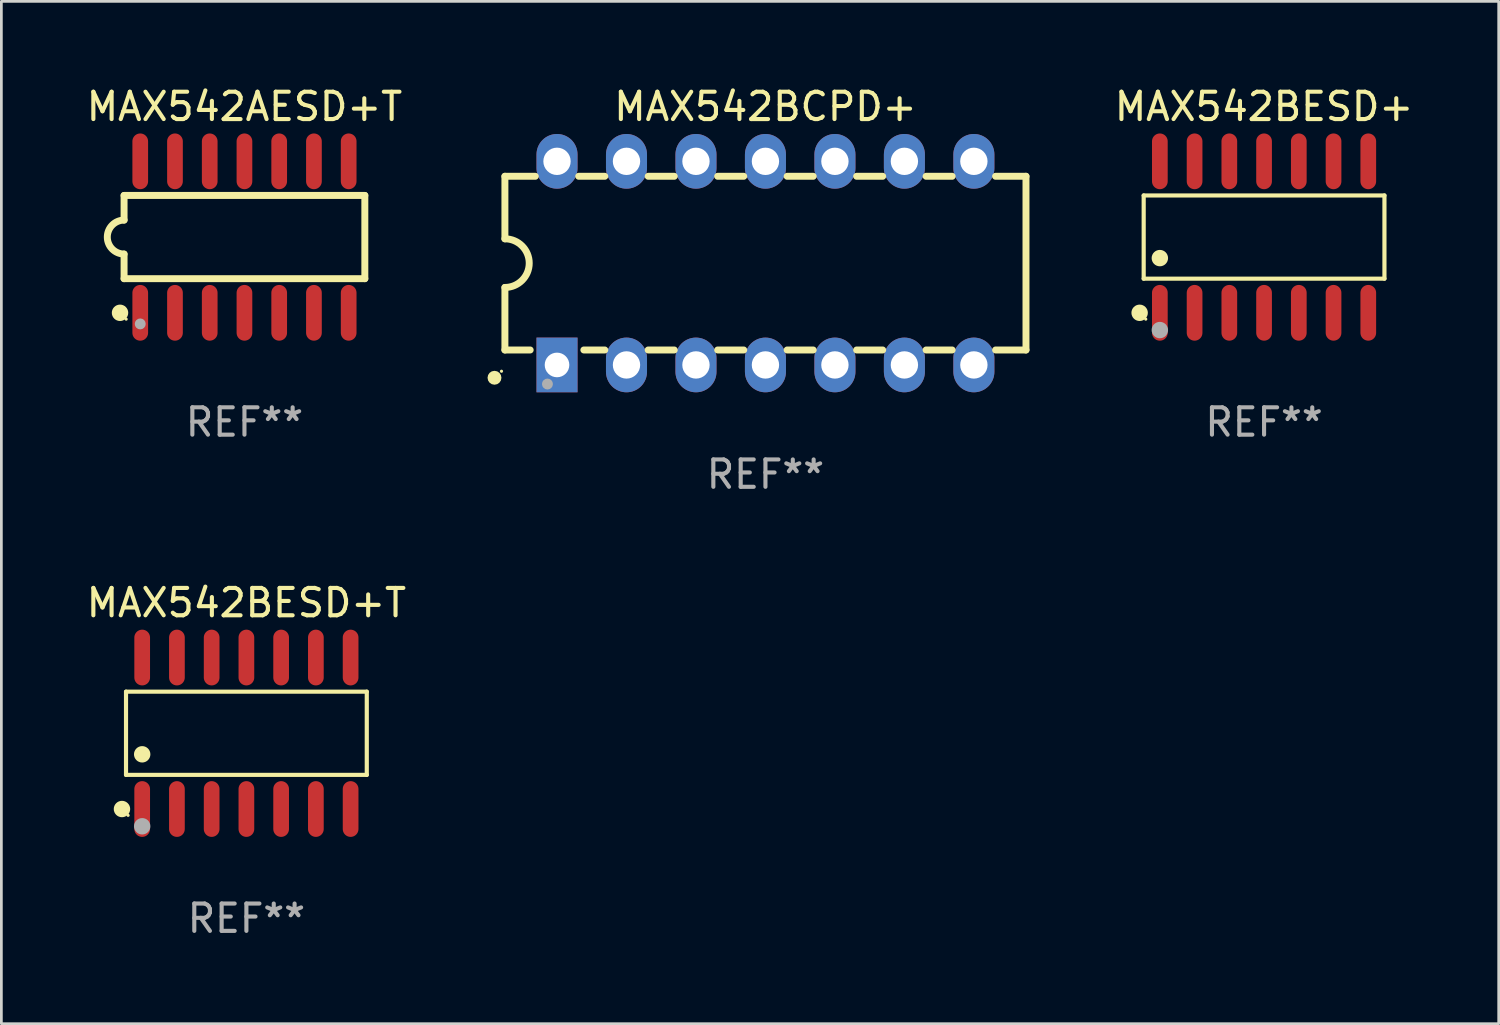
<source format=kicad_pcb>
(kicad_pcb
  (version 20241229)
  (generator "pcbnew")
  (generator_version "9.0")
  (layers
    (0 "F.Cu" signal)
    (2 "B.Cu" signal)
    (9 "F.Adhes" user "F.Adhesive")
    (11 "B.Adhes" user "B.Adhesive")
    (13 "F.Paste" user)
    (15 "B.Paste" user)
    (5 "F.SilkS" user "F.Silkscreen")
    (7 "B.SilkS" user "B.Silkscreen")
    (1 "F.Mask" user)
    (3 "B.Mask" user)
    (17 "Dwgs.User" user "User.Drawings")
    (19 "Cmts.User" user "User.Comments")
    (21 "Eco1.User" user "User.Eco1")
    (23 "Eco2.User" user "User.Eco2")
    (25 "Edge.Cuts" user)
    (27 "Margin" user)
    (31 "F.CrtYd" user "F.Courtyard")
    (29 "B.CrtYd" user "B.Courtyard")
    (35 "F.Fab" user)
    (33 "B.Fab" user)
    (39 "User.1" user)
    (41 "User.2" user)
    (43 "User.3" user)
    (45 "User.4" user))
  (footprint "MAX542BCPD+"
    (layer "F.Cu")
    (at 24.934 6.57)
    (property "Reference" "MAX542BCPD+" (at 0 -5.722 0) (layer "F.SilkS") (effects (font (size 1 1) (thickness 0.15))))
    (attr through_hole)
    (fp_line (start -9.525 -3.175) (end -9.525 -0.889) (stroke (width 0.254) (type solid)) (layer "F.SilkS"))
    (fp_line (start -9.525 -3.175) (end -8.414 -3.175) (stroke (width 0.254) (type solid)) (layer "F.SilkS"))
    (fp_line (start -9.525 3.175) (end -9.525 0.889) (stroke (width 0.254) (type solid)) (layer "F.SilkS"))
    (fp_line (start -8.601 3.175) (end -9.525 3.175) (stroke (width 0.254) (type solid)) (layer "F.SilkS"))
    (fp_line (start -6.826 -3.175) (end -5.874 -3.175) (stroke (width 0.254) (type solid)) (layer "F.SilkS"))
    (fp_line (start -5.874 3.175) (end -6.639 3.175) (stroke (width 0.254) (type solid)) (layer "F.SilkS"))
    (fp_line (start -4.286 -3.175) (end -3.334 -3.175) (stroke (width 0.254) (type solid)) (layer "F.SilkS"))
    (fp_line (start -3.334 3.175) (end -4.286 3.175) (stroke (width 0.254) (type solid)) (layer "F.SilkS"))
    (fp_line (start -1.746 -3.175) (end -0.794 -3.175) (stroke (width 0.254) (type solid)) (layer "F.SilkS"))
    (fp_line (start -0.794 3.175) (end -1.746 3.175) (stroke (width 0.254) (type solid)) (layer "F.SilkS"))
    (fp_line (start 0.794 -3.175) (end 1.746 -3.175) (stroke (width 0.254) (type solid)) (layer "F.SilkS"))
    (fp_line (start 1.746 3.175) (end 0.794 3.175) (stroke (width 0.254) (type solid)) (layer "F.SilkS"))
    (fp_line (start 3.334 -3.175) (end 4.286 -3.175) (stroke (width 0.254) (type solid)) (layer "F.SilkS"))
    (fp_line (start 4.286 3.175) (end 3.334 3.175) (stroke (width 0.254) (type solid)) (layer "F.SilkS"))
    (fp_line (start 5.874 -3.175) (end 6.826 -3.175) (stroke (width 0.254) (type solid)) (layer "F.SilkS"))
    (fp_line (start 6.826 3.175) (end 5.874 3.175) (stroke (width 0.254) (type solid)) (layer "F.SilkS"))
    (fp_line (start 8.414 -3.175) (end 9.525 -3.175) (stroke (width 0.254) (type solid)) (layer "F.SilkS"))
    (fp_line (start 9.525 -3.175) (end 9.525 3.175) (stroke (width 0.254) (type solid)) (layer "F.SilkS"))
    (fp_line (start 9.525 3.175) (end 8.414 3.175) (stroke (width 0.254) (type solid)) (layer "F.SilkS"))
    (fp_arc (start -9.525019 -0.889002) (mid -8.636017 0) (end -9.525019 0.889002) (stroke (width 0.254001) (type solid)) (layer "F.SilkS"))
    (fp_circle (center -9.906 4.191) (end -9.779 4.191) (stroke (width 0.254) (type solid)) (fill no) (layer "F.SilkS"))
    (fp_circle (center -9.65 3.952) (end -9.62 3.952) (stroke (width 0.06) (type solid)) (fill no) (layer "F.SilkS"))
    (fp_circle (center -7.97 4.42) (end -7.87 4.42) (stroke (width 0.2) (type solid)) (fill no) (layer "F.Fab"))
    (fp_text user "REF**" (at 0 7.722 0) (layer "F.Fab") (effects (font (size 1 1) (thickness 0.15))))
    (pad "1" thru_hole rect (at -7.62 3.722 90) (size 2 1.5) (drill 0.9) (layers "*.Cu" "*.Mask"))
    (pad "2" thru_hole oval (at -5.08 3.722 90) (size 2 1.5) (drill 1) (layers "*.Cu" "*.Mask"))
    (pad "3" thru_hole oval (at -2.54 3.722 90) (size 2 1.5) (drill 1) (layers "*.Cu" "*.Mask"))
    (pad "4" thru_hole oval (at 0 3.722 90) (size 2 1.5) (drill 1) (layers "*.Cu" "*.Mask"))
    (pad "5" thru_hole oval (at 2.54 3.722 90) (size 2 1.5) (drill 1) (layers "*.Cu" "*.Mask"))
    (pad "6" thru_hole oval (at 5.08 3.722 90) (size 2 1.5) (drill 1) (layers "*.Cu" "*.Mask"))
    (pad "7" thru_hole oval (at 7.62 3.722 90) (size 2 1.5) (drill 1) (layers "*.Cu" "*.Mask"))
    (pad "8" thru_hole oval (at 7.62 -3.722 90) (size 2 1.5) (drill 1) (layers "*.Cu" "*.Mask"))
    (pad "9" thru_hole oval (at 5.08 -3.722 90) (size 2 1.5) (drill 1) (layers "*.Cu" "*.Mask"))
    (pad "10" thru_hole oval (at 2.54 -3.722 90) (size 2 1.5) (drill 1) (layers "*.Cu" "*.Mask"))
    (pad "11" thru_hole oval (at 0 -3.722 90) (size 2 1.5) (drill 1) (layers "*.Cu" "*.Mask"))
    (pad "12" thru_hole oval (at -2.54 -3.722 90) (size 2 1.5) (drill 1) (layers "*.Cu" "*.Mask"))
    (pad "13" thru_hole oval (at -5.08 -3.722 90) (size 2 1.5) (drill 1) (layers "*.Cu" "*.Mask"))
    (pad "14" thru_hole oval (at -7.62 -3.722 90) (size 2 1.5) (drill 1) (layers "*.Cu" "*.Mask")))
  (footprint "MAX542BESD+"
    (layer "F.Cu")
    (at 43.163 5.617)
    (property "Reference" "MAX542BESD+" (at 0 -4.769 0) (layer "F.SilkS") (effects (font (size 1 1) (thickness 0.15))))
    (attr through_hole)
    (fp_line (start -4.401 -1.521) (end 4.401 -1.521) (stroke (width 0.152) (type solid)) (layer "F.SilkS"))
    (fp_line (start -4.401 1.521) (end -4.401 -1.521) (stroke (width 0.152) (type solid)) (layer "F.SilkS"))
    (fp_line (start 4.401 -1.521) (end 4.401 1.521) (stroke (width 0.152) (type solid)) (layer "F.SilkS"))
    (fp_line (start 4.401 1.521) (end -4.401 1.521) (stroke (width 0.152) (type solid)) (layer "F.SilkS"))
    (fp_circle (center -4.549 2.769) (end -4.399 2.769) (stroke (width 0.3) (type solid)) (fill no) (layer "F.SilkS"))
    (fp_circle (center -4.325 3) (end -4.295 3) (stroke (width 0.06) (type solid)) (fill no) (layer "F.SilkS"))
    (fp_circle (center -3.81 0.769) (end -3.66 0.769) (stroke (width 0.3) (type solid)) (fill no) (layer "F.SilkS"))
    (fp_circle (center -3.81 3.4) (end -3.66 3.4) (stroke (width 0.3) (type solid)) (fill no) (layer "F.Fab"))
    (fp_text user "REF**" (at 0 6.769 0) (layer "F.Fab") (effects (font (size 1 1) (thickness 0.15))))
    (pad "1" smd oval (at -3.81 2.769) (size 0.574 2.038) (layers "F.Cu" "F.Mask" "F.Paste"))
    (pad "2" smd oval (at -2.54 2.769) (size 0.574 2.038) (layers "F.Cu" "F.Mask" "F.Paste"))
    (pad "3" smd oval (at -1.27 2.769) (size 0.574 2.038) (layers "F.Cu" "F.Mask" "F.Paste"))
    (pad "4" smd oval (at 0 2.769) (size 0.574 2.038) (layers "F.Cu" "F.Mask" "F.Paste"))
    (pad "5" smd oval (at 1.27 2.769) (size 0.574 2.038) (layers "F.Cu" "F.Mask" "F.Paste"))
    (pad "6" smd oval (at 2.54 2.769) (size 0.574 2.038) (layers "F.Cu" "F.Mask" "F.Paste"))
    (pad "7" smd oval (at 3.81 2.769) (size 0.574 2.038) (layers "F.Cu" "F.Mask" "F.Paste"))
    (pad "8" smd oval (at 3.81 -2.769) (size 0.574 2.038) (layers "F.Cu" "F.Mask" "F.Paste"))
    (pad "9" smd oval (at 2.54 -2.769) (size 0.574 2.038) (layers "F.Cu" "F.Mask" "F.Paste"))
    (pad "10" smd oval (at 1.27 -2.769) (size 0.574 2.038) (layers "F.Cu" "F.Mask" "F.Paste"))
    (pad "11" smd oval (at 0 -2.769) (size 0.574 2.038) (layers "F.Cu" "F.Mask" "F.Paste"))
    (pad "12" smd oval (at -1.27 -2.769) (size 0.574 2.038) (layers "F.Cu" "F.Mask" "F.Paste"))
    (pad "13" smd oval (at -2.54 -2.769) (size 0.574 2.038) (layers "F.Cu" "F.Mask" "F.Paste"))
    (pad "14" smd oval (at -3.81 -2.769) (size 0.574 2.038) (layers "F.Cu" "F.Mask" "F.Paste")))
  (footprint "MAX542AESD+T"
    (layer "F.Cu")
    (at 5.887 5.617)
    (property "Reference" "MAX542AESD+T" (at 0 -4.769 0) (layer "F.SilkS") (effects (font (size 1 1) (thickness 0.15))))
    (attr through_hole)
    (fp_line (start -4.401 -1.522) (end -4.401 -0.622) (stroke (width 0.254) (type solid)) (layer "F.SilkS"))
    (fp_line (start -4.401 -1.522) (end 4.401 -1.522) (stroke (width 0.254) (type solid)) (layer "F.SilkS"))
    (fp_line (start -4.401 1.521) (end -4.401 0.621) (stroke (width 0.254) (type solid)) (layer "F.SilkS"))
    (fp_line (start 4.401 -1.522) (end 4.401 1.521) (stroke (width 0.254) (type solid)) (layer "F.SilkS"))
    (fp_line (start 4.401 1.521) (end -4.401 1.521) (stroke (width 0.254) (type solid)) (layer "F.SilkS"))
    (fp_arc (start -4.401219 0.621311) (mid -5.021261 -0.000419) (end -4.400101 -0.621032) (stroke (width 0.254001) (type solid)) (layer "F.SilkS"))
    (fp_circle (center -4.549 2.769) (end -4.399 2.769) (stroke (width 0.3) (type solid)) (fill no) (layer "F.SilkS"))
    (fp_circle (center -4.325 3) (end -4.295 3) (stroke (width 0.06) (type solid)) (fill no) (layer "F.SilkS"))
    (fp_circle (center -3.81 3.175) (end -3.71 3.175) (stroke (width 0.2) (type solid)) (fill no) (layer "F.Fab"))
    (fp_text user "REF**" (at 0 6.769 0) (layer "F.Fab") (effects (font (size 1 1) (thickness 0.15))))
    (pad "1" smd oval (at -3.81 2.769) (size 0.574 2.038) (layers "F.Cu" "F.Mask" "F.Paste"))
    (pad "2" smd oval (at -2.54 2.769) (size 0.574 2.038) (layers "F.Cu" "F.Mask" "F.Paste"))
    (pad "3" smd oval (at -1.27 2.769) (size 0.574 2.038) (layers "F.Cu" "F.Mask" "F.Paste"))
    (pad "4" smd oval (at -0.000051 2.769) (size 0.574 2.038) (layers "F.Cu" "F.Mask" "F.Paste"))
    (pad "5" smd oval (at 1.27 2.769) (size 0.574 2.038) (layers "F.Cu" "F.Mask" "F.Paste"))
    (pad "6" smd oval (at 2.54 2.769) (size 0.574 2.038) (layers "F.Cu" "F.Mask" "F.Paste"))
    (pad "7" smd oval (at 3.81 2.769) (size 0.574 2.038) (layers "F.Cu" "F.Mask" "F.Paste"))
    (pad "8" smd oval (at 3.81 -2.769) (size 0.574 2.038) (layers "F.Cu" "F.Mask" "F.Paste"))
    (pad "9" smd oval (at 2.54 -2.769) (size 0.574 2.038) (layers "F.Cu" "F.Mask" "F.Paste"))
    (pad "10" smd oval (at 1.27 -2.769) (size 0.574 2.038) (layers "F.Cu" "F.Mask" "F.Paste"))
    (pad "11" smd oval (at -0.000051 -2.769) (size 0.574 2.038) (layers "F.Cu" "F.Mask" "F.Paste"))
    (pad "12" smd oval (at -1.27 -2.769) (size 0.574 2.038) (layers "F.Cu" "F.Mask" "F.Paste"))
    (pad "13" smd oval (at -2.54 -2.769) (size 0.574 2.038) (layers "F.Cu" "F.Mask" "F.Paste"))
    (pad "14" smd oval (at -3.81 -2.769) (size 0.574 2.038) (layers "F.Cu" "F.Mask" "F.Paste")))
  (footprint "MAX542BESD+T"
    (layer "F.Cu")
    (at 5.958 23.758)
    (property "Reference" "MAX542BESD+T" (at 0 -4.769 0) (layer "F.SilkS") (effects (font (size 1 1) (thickness 0.15))))
    (attr through_hole)
    (fp_line (start -4.401 -1.521) (end 4.401 -1.521) (stroke (width 0.152) (type solid)) (layer "F.SilkS"))
    (fp_line (start -4.401 1.521) (end -4.401 -1.521) (stroke (width 0.152) (type solid)) (layer "F.SilkS"))
    (fp_line (start 4.401 -1.521) (end 4.401 1.521) (stroke (width 0.152) (type solid)) (layer "F.SilkS"))
    (fp_line (start 4.401 1.521) (end -4.401 1.521) (stroke (width 0.152) (type solid)) (layer "F.SilkS"))
    (fp_circle (center -4.549 2.769) (end -4.399 2.769) (stroke (width 0.3) (type solid)) (fill no) (layer "F.SilkS"))
    (fp_circle (center -4.325 3) (end -4.295 3) (stroke (width 0.06) (type solid)) (fill no) (layer "F.SilkS"))
    (fp_circle (center -3.81 0.769) (end -3.66 0.769) (stroke (width 0.3) (type solid)) (fill no) (layer "F.SilkS"))
    (fp_circle (center -3.81 3.4) (end -3.66 3.4) (stroke (width 0.3) (type solid)) (fill no) (layer "F.Fab"))
    (fp_text user "REF**" (at 0 6.769 0) (layer "F.Fab") (effects (font (size 1 1) (thickness 0.15))))
    (pad "1" smd oval (at -3.81 2.769) (size 0.574 2.038) (layers "F.Cu" "F.Mask" "F.Paste"))
    (pad "2" smd oval (at -2.54 2.769) (size 0.574 2.038) (layers "F.Cu" "F.Mask" "F.Paste"))
    (pad "3" smd oval (at -1.27 2.769) (size 0.574 2.038) (layers "F.Cu" "F.Mask" "F.Paste"))
    (pad "4" smd oval (at 0 2.769) (size 0.574 2.038) (layers "F.Cu" "F.Mask" "F.Paste"))
    (pad "5" smd oval (at 1.27 2.769) (size 0.574 2.038) (layers "F.Cu" "F.Mask" "F.Paste"))
    (pad "6" smd oval (at 2.54 2.769) (size 0.574 2.038) (layers "F.Cu" "F.Mask" "F.Paste"))
    (pad "7" smd oval (at 3.81 2.769) (size 0.574 2.038) (layers "F.Cu" "F.Mask" "F.Paste"))
    (pad "8" smd oval (at 3.81 -2.769) (size 0.574 2.038) (layers "F.Cu" "F.Mask" "F.Paste"))
    (pad "9" smd oval (at 2.54 -2.769) (size 0.574 2.038) (layers "F.Cu" "F.Mask" "F.Paste"))
    (pad "10" smd oval (at 1.27 -2.769) (size 0.574 2.038) (layers "F.Cu" "F.Mask" "F.Paste"))
    (pad "11" smd oval (at 0 -2.769) (size 0.574 2.038) (layers "F.Cu" "F.Mask" "F.Paste"))
    (pad "12" smd oval (at -1.27 -2.769) (size 0.574 2.038) (layers "F.Cu" "F.Mask" "F.Paste"))
    (pad "13" smd oval (at -2.54 -2.769) (size 0.574 2.038) (layers "F.Cu" "F.Mask" "F.Paste"))
    (pad "14" smd oval (at -3.81 -2.769) (size 0.574 2.038) (layers "F.Cu" "F.Mask" "F.Paste")))
  (gr_rect
    (start -3 -3)
    (end 51.741 34.375)
    (stroke (width 0.1) (type default))
    (fill no)
    (layer "Edge.Cuts")))
</source>
